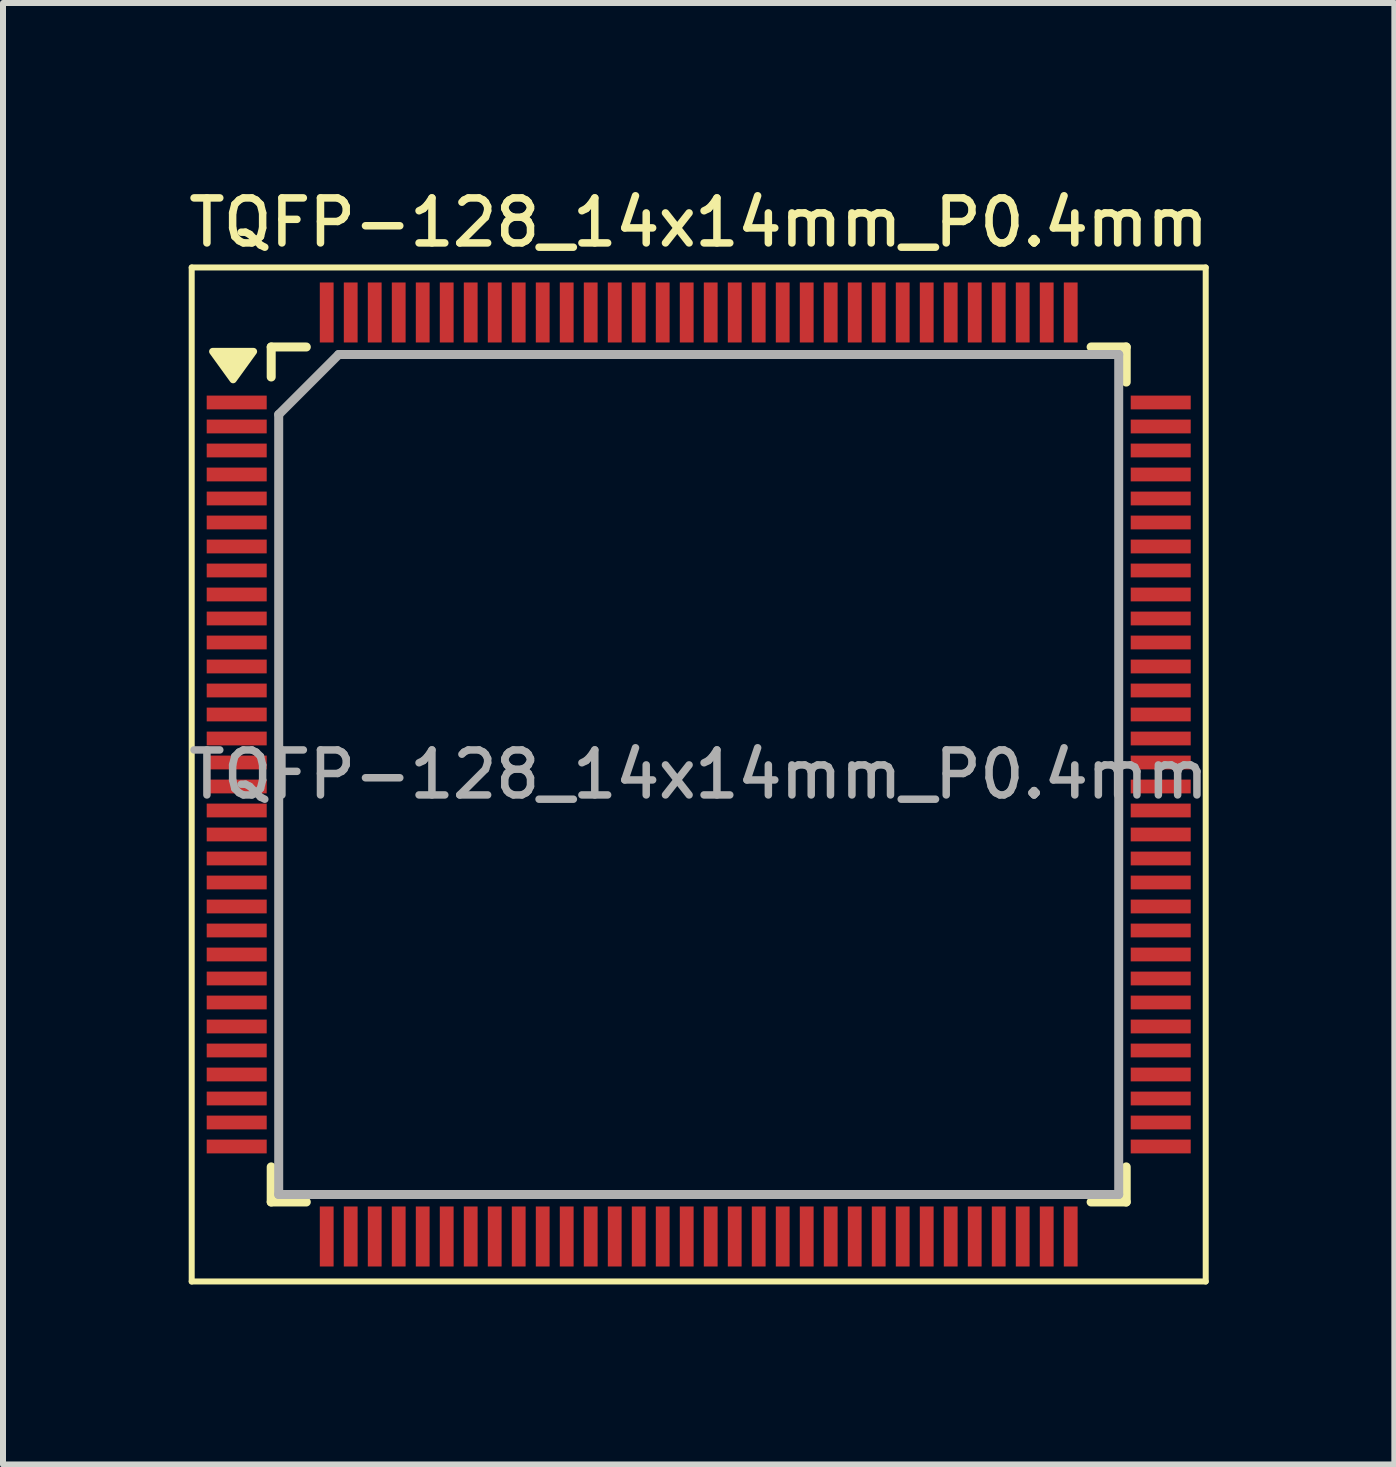
<source format=kicad_pcb>
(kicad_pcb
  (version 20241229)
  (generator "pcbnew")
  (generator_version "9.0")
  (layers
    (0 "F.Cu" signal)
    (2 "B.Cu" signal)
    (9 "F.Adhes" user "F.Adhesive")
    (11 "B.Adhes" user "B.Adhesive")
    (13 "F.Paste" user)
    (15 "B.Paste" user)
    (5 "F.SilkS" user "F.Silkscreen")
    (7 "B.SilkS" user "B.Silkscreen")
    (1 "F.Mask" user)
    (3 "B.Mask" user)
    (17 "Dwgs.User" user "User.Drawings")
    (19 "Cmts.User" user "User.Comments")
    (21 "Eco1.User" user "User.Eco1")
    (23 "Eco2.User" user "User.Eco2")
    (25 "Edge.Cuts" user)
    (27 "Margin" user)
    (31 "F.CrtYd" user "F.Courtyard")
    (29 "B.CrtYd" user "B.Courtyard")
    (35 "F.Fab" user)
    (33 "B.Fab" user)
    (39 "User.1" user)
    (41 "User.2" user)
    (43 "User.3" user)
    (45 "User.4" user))
  (footprint "TQFP-128_14x14mm_P0.4mm"
    (layer "F.Cu")
    (at 8.595 9.858)
    (property "Reference" "TQFP-128_14x14mm_P0.4mm" (at 0 -9.2 0) (layer "F.SilkS") (effects (font (size 0.75 0.75) (thickness 0.125))))
    (attr smd)
    (fp_line (start -8.45 -8.45) (end -8.45 8.45) (stroke (width 0.1) (type solid)) (layer "F.SilkS"))
    (fp_line (start -8.45 -8.45) (end 8.45 -8.45) (stroke (width 0.1) (type solid)) (layer "F.SilkS"))
    (fp_line (start -8.45 8.45) (end 8.45 8.45) (stroke (width 0.1) (type solid)) (layer "F.SilkS"))
    (fp_line (start -7.125 -7.125) (end -7.125 -6.625) (stroke (width 0.15) (type solid)) (layer "F.SilkS"))
    (fp_line (start -7.125 -7.125) (end -6.54 -7.125) (stroke (width 0.15) (type solid)) (layer "F.SilkS"))
    (fp_line (start -7.125 7.125) (end -7.125 6.54) (stroke (width 0.15) (type solid)) (layer "F.SilkS"))
    (fp_line (start -7.125 7.125) (end -6.54 7.125) (stroke (width 0.15) (type solid)) (layer "F.SilkS"))
    (fp_line (start 7.125 -7.125) (end 6.54 -7.125) (stroke (width 0.15) (type solid)) (layer "F.SilkS"))
    (fp_line (start 7.125 -7.125) (end 7.125 -6.54) (stroke (width 0.15) (type solid)) (layer "F.SilkS"))
    (fp_line (start 7.125 7.125) (end 6.54 7.125) (stroke (width 0.15) (type solid)) (layer "F.SilkS"))
    (fp_line (start 7.125 7.125) (end 7.125 6.54) (stroke (width 0.15) (type solid)) (layer "F.SilkS"))
    (fp_line (start 8.45 -8.45) (end 8.45 8.45) (stroke (width 0.1) (type solid)) (layer "F.SilkS"))
    (fp_poly (pts (xy -7.76 -6.58) (xy -8.1 -7.05) (xy -7.42 -7.05) (xy -7.76 -6.58)) (stroke (width 0.12) (type solid)) (fill yes) (layer "F.SilkS"))
    (fp_line (start -7 -6) (end -6 -7) (stroke (width 0.15) (type solid)) (layer "F.Fab"))
    (fp_line (start -7 7) (end -7 -6) (stroke (width 0.15) (type solid)) (layer "F.Fab"))
    (fp_line (start -6 -7) (end 7 -7) (stroke (width 0.15) (type solid)) (layer "F.Fab"))
    (fp_line (start 7 -7) (end 7 7) (stroke (width 0.15) (type solid)) (layer "F.Fab"))
    (fp_line (start 7 7) (end -7 7) (stroke (width 0.15) (type solid)) (layer "F.Fab"))
    (fp_text user "${REFERENCE}" (at 0 0 0) (layer "F.Fab") (effects (font (size 0.75 0.75) (thickness 0.125))))
    (pad "1" smd rect (at -7.7 -6.2) (size 1 0.23) (layers "F.Cu" "F.Mask" "F.Paste"))
    (pad "2" smd rect (at -7.7 -5.8) (size 1 0.23) (layers "F.Cu" "F.Mask" "F.Paste"))
    (pad "3" smd rect (at -7.7 -5.4) (size 1 0.23) (layers "F.Cu" "F.Mask" "F.Paste"))
    (pad "4" smd rect (at -7.7 -5) (size 1 0.23) (layers "F.Cu" "F.Mask" "F.Paste"))
    (pad "5" smd rect (at -7.7 -4.6) (size 1 0.23) (layers "F.Cu" "F.Mask" "F.Paste"))
    (pad "6" smd rect (at -7.7 -4.2) (size 1 0.23) (layers "F.Cu" "F.Mask" "F.Paste"))
    (pad "7" smd rect (at -7.7 -3.8) (size 1 0.23) (layers "F.Cu" "F.Mask" "F.Paste"))
    (pad "8" smd rect (at -7.7 -3.4) (size 1 0.23) (layers "F.Cu" "F.Mask" "F.Paste"))
    (pad "9" smd rect (at -7.7 -3) (size 1 0.23) (layers "F.Cu" "F.Mask" "F.Paste"))
    (pad "10" smd rect (at -7.7 -2.6) (size 1 0.23) (layers "F.Cu" "F.Mask" "F.Paste"))
    (pad "11" smd rect (at -7.7 -2.2) (size 1 0.23) (layers "F.Cu" "F.Mask" "F.Paste"))
    (pad "12" smd rect (at -7.7 -1.8) (size 1 0.23) (layers "F.Cu" "F.Mask" "F.Paste"))
    (pad "13" smd rect (at -7.7 -1.4) (size 1 0.23) (layers "F.Cu" "F.Mask" "F.Paste"))
    (pad "14" smd rect (at -7.7 -1) (size 1 0.23) (layers "F.Cu" "F.Mask" "F.Paste"))
    (pad "15" smd rect (at -7.7 -0.6) (size 1 0.23) (layers "F.Cu" "F.Mask" "F.Paste"))
    (pad "16" smd rect (at -7.7 -0.2) (size 1 0.23) (layers "F.Cu" "F.Mask" "F.Paste"))
    (pad "17" smd rect (at -7.7 0.2) (size 1 0.23) (layers "F.Cu" "F.Mask" "F.Paste"))
    (pad "18" smd rect (at -7.7 0.6) (size 1 0.23) (layers "F.Cu" "F.Mask" "F.Paste"))
    (pad "19" smd rect (at -7.7 1) (size 1 0.23) (layers "F.Cu" "F.Mask" "F.Paste"))
    (pad "20" smd rect (at -7.7 1.4) (size 1 0.23) (layers "F.Cu" "F.Mask" "F.Paste"))
    (pad "21" smd rect (at -7.7 1.8) (size 1 0.23) (layers "F.Cu" "F.Mask" "F.Paste"))
    (pad "22" smd rect (at -7.7 2.2) (size 1 0.23) (layers "F.Cu" "F.Mask" "F.Paste"))
    (pad "23" smd rect (at -7.7 2.6) (size 1 0.23) (layers "F.Cu" "F.Mask" "F.Paste"))
    (pad "24" smd rect (at -7.7 3) (size 1 0.23) (layers "F.Cu" "F.Mask" "F.Paste"))
    (pad "25" smd rect (at -7.7 3.4) (size 1 0.23) (layers "F.Cu" "F.Mask" "F.Paste"))
    (pad "26" smd rect (at -7.7 3.8) (size 1 0.23) (layers "F.Cu" "F.Mask" "F.Paste"))
    (pad "27" smd rect (at -7.7 4.2) (size 1 0.23) (layers "F.Cu" "F.Mask" "F.Paste"))
    (pad "28" smd rect (at -7.7 4.6) (size 1 0.23) (layers "F.Cu" "F.Mask" "F.Paste"))
    (pad "29" smd rect (at -7.7 5) (size 1 0.23) (layers "F.Cu" "F.Mask" "F.Paste"))
    (pad "30" smd rect (at -7.7 5.4) (size 1 0.23) (layers "F.Cu" "F.Mask" "F.Paste"))
    (pad "31" smd rect (at -7.7 5.8) (size 1 0.23) (layers "F.Cu" "F.Mask" "F.Paste"))
    (pad "32" smd rect (at -7.7 6.2) (size 1 0.23) (layers "F.Cu" "F.Mask" "F.Paste"))
    (pad "33" smd rect (at -6.2 7.7 90) (size 1 0.23) (layers "F.Cu" "F.Mask" "F.Paste"))
    (pad "34" smd rect (at -5.8 7.7 90) (size 1 0.23) (layers "F.Cu" "F.Mask" "F.Paste"))
    (pad "35" smd rect (at -5.4 7.7 90) (size 1 0.23) (layers "F.Cu" "F.Mask" "F.Paste"))
    (pad "36" smd rect (at -5 7.7 90) (size 1 0.23) (layers "F.Cu" "F.Mask" "F.Paste"))
    (pad "37" smd rect (at -4.6 7.7 90) (size 1 0.23) (layers "F.Cu" "F.Mask" "F.Paste"))
    (pad "38" smd rect (at -4.2 7.7 90) (size 1 0.23) (layers "F.Cu" "F.Mask" "F.Paste"))
    (pad "39" smd rect (at -3.8 7.7 90) (size 1 0.23) (layers "F.Cu" "F.Mask" "F.Paste"))
    (pad "40" smd rect (at -3.4 7.7 90) (size 1 0.23) (layers "F.Cu" "F.Mask" "F.Paste"))
    (pad "41" smd rect (at -3 7.7 90) (size 1 0.23) (layers "F.Cu" "F.Mask" "F.Paste"))
    (pad "42" smd rect (at -2.6 7.7 90) (size 1 0.23) (layers "F.Cu" "F.Mask" "F.Paste"))
    (pad "43" smd rect (at -2.2 7.7 90) (size 1 0.23) (layers "F.Cu" "F.Mask" "F.Paste"))
    (pad "44" smd rect (at -1.8 7.7 90) (size 1 0.23) (layers "F.Cu" "F.Mask" "F.Paste"))
    (pad "45" smd rect (at -1.4 7.7 90) (size 1 0.23) (layers "F.Cu" "F.Mask" "F.Paste"))
    (pad "46" smd rect (at -1 7.7 90) (size 1 0.23) (layers "F.Cu" "F.Mask" "F.Paste"))
    (pad "47" smd rect (at -0.6 7.7 90) (size 1 0.23) (layers "F.Cu" "F.Mask" "F.Paste"))
    (pad "48" smd rect (at -0.2 7.7 90) (size 1 0.23) (layers "F.Cu" "F.Mask" "F.Paste"))
    (pad "49" smd rect (at 0.2 7.7 90) (size 1 0.23) (layers "F.Cu" "F.Mask" "F.Paste"))
    (pad "50" smd rect (at 0.6 7.7 90) (size 1 0.23) (layers "F.Cu" "F.Mask" "F.Paste"))
    (pad "51" smd rect (at 1 7.7 90) (size 1 0.23) (layers "F.Cu" "F.Mask" "F.Paste"))
    (pad "52" smd rect (at 1.4 7.7 90) (size 1 0.23) (layers "F.Cu" "F.Mask" "F.Paste"))
    (pad "53" smd rect (at 1.8 7.7 90) (size 1 0.23) (layers "F.Cu" "F.Mask" "F.Paste"))
    (pad "54" smd rect (at 2.2 7.7 90) (size 1 0.23) (layers "F.Cu" "F.Mask" "F.Paste"))
    (pad "55" smd rect (at 2.6 7.7 90) (size 1 0.23) (layers "F.Cu" "F.Mask" "F.Paste"))
    (pad "56" smd rect (at 3 7.7 90) (size 1 0.23) (layers "F.Cu" "F.Mask" "F.Paste"))
    (pad "57" smd rect (at 3.4 7.7 90) (size 1 0.23) (layers "F.Cu" "F.Mask" "F.Paste"))
    (pad "58" smd rect (at 3.8 7.7 90) (size 1 0.23) (layers "F.Cu" "F.Mask" "F.Paste"))
    (pad "59" smd rect (at 4.2 7.7 90) (size 1 0.23) (layers "F.Cu" "F.Mask" "F.Paste"))
    (pad "60" smd rect (at 4.6 7.7 90) (size 1 0.23) (layers "F.Cu" "F.Mask" "F.Paste"))
    (pad "61" smd rect (at 5 7.7 90) (size 1 0.23) (layers "F.Cu" "F.Mask" "F.Paste"))
    (pad "62" smd rect (at 5.4 7.7 90) (size 1 0.23) (layers "F.Cu" "F.Mask" "F.Paste"))
    (pad "63" smd rect (at 5.8 7.7 90) (size 1 0.23) (layers "F.Cu" "F.Mask" "F.Paste"))
    (pad "64" smd rect (at 6.2 7.7 90) (size 1 0.23) (layers "F.Cu" "F.Mask" "F.Paste"))
    (pad "65" smd rect (at 7.7 6.2) (size 1 0.23) (layers "F.Cu" "F.Mask" "F.Paste"))
    (pad "66" smd rect (at 7.7 5.8) (size 1 0.23) (layers "F.Cu" "F.Mask" "F.Paste"))
    (pad "67" smd rect (at 7.7 5.4) (size 1 0.23) (layers "F.Cu" "F.Mask" "F.Paste"))
    (pad "68" smd rect (at 7.7 5) (size 1 0.23) (layers "F.Cu" "F.Mask" "F.Paste"))
    (pad "69" smd rect (at 7.7 4.6) (size 1 0.23) (layers "F.Cu" "F.Mask" "F.Paste"))
    (pad "70" smd rect (at 7.7 4.2) (size 1 0.23) (layers "F.Cu" "F.Mask" "F.Paste"))
    (pad "71" smd rect (at 7.7 3.8) (size 1 0.23) (layers "F.Cu" "F.Mask" "F.Paste"))
    (pad "72" smd rect (at 7.7 3.4) (size 1 0.23) (layers "F.Cu" "F.Mask" "F.Paste"))
    (pad "73" smd rect (at 7.7 3) (size 1 0.23) (layers "F.Cu" "F.Mask" "F.Paste"))
    (pad "74" smd rect (at 7.7 2.6) (size 1 0.23) (layers "F.Cu" "F.Mask" "F.Paste"))
    (pad "75" smd rect (at 7.7 2.2) (size 1 0.23) (layers "F.Cu" "F.Mask" "F.Paste"))
    (pad "76" smd rect (at 7.7 1.8) (size 1 0.23) (layers "F.Cu" "F.Mask" "F.Paste"))
    (pad "77" smd rect (at 7.7 1.4) (size 1 0.23) (layers "F.Cu" "F.Mask" "F.Paste"))
    (pad "78" smd rect (at 7.7 1) (size 1 0.23) (layers "F.Cu" "F.Mask" "F.Paste"))
    (pad "79" smd rect (at 7.7 0.6) (size 1 0.23) (layers "F.Cu" "F.Mask" "F.Paste"))
    (pad "80" smd rect (at 7.7 0.2) (size 1 0.23) (layers "F.Cu" "F.Mask" "F.Paste"))
    (pad "81" smd rect (at 7.7 -0.2) (size 1 0.23) (layers "F.Cu" "F.Mask" "F.Paste"))
    (pad "82" smd rect (at 7.7 -0.6) (size 1 0.23) (layers "F.Cu" "F.Mask" "F.Paste"))
    (pad "83" smd rect (at 7.7 -1) (size 1 0.23) (layers "F.Cu" "F.Mask" "F.Paste"))
    (pad "84" smd rect (at 7.7 -1.4) (size 1 0.23) (layers "F.Cu" "F.Mask" "F.Paste"))
    (pad "85" smd rect (at 7.7 -1.8) (size 1 0.23) (layers "F.Cu" "F.Mask" "F.Paste"))
    (pad "86" smd rect (at 7.7 -2.2) (size 1 0.23) (layers "F.Cu" "F.Mask" "F.Paste"))
    (pad "87" smd rect (at 7.7 -2.6) (size 1 0.23) (layers "F.Cu" "F.Mask" "F.Paste"))
    (pad "88" smd rect (at 7.7 -3) (size 1 0.23) (layers "F.Cu" "F.Mask" "F.Paste"))
    (pad "89" smd rect (at 7.7 -3.4) (size 1 0.23) (layers "F.Cu" "F.Mask" "F.Paste"))
    (pad "90" smd rect (at 7.7 -3.8) (size 1 0.23) (layers "F.Cu" "F.Mask" "F.Paste"))
    (pad "91" smd rect (at 7.7 -4.2) (size 1 0.23) (layers "F.Cu" "F.Mask" "F.Paste"))
    (pad "92" smd rect (at 7.7 -4.6) (size 1 0.23) (layers "F.Cu" "F.Mask" "F.Paste"))
    (pad "93" smd rect (at 7.7 -5) (size 1 0.23) (layers "F.Cu" "F.Mask" "F.Paste"))
    (pad "94" smd rect (at 7.7 -5.4) (size 1 0.23) (layers "F.Cu" "F.Mask" "F.Paste"))
    (pad "95" smd rect (at 7.7 -5.8) (size 1 0.23) (layers "F.Cu" "F.Mask" "F.Paste"))
    (pad "96" smd rect (at 7.7 -6.2) (size 1 0.23) (layers "F.Cu" "F.Mask" "F.Paste"))
    (pad "97" smd rect (at 6.2 -7.7 90) (size 1 0.23) (layers "F.Cu" "F.Mask" "F.Paste"))
    (pad "98" smd rect (at 5.8 -7.7 90) (size 1 0.23) (layers "F.Cu" "F.Mask" "F.Paste"))
    (pad "99" smd rect (at 5.4 -7.7 90) (size 1 0.23) (layers "F.Cu" "F.Mask" "F.Paste"))
    (pad "100" smd rect (at 5 -7.7 90) (size 1 0.23) (layers "F.Cu" "F.Mask" "F.Paste"))
    (pad "101" smd rect (at 4.6 -7.7 90) (size 1 0.23) (layers "F.Cu" "F.Mask" "F.Paste"))
    (pad "102" smd rect (at 4.2 -7.7 90) (size 1 0.23) (layers "F.Cu" "F.Mask" "F.Paste"))
    (pad "103" smd rect (at 3.8 -7.7 90) (size 1 0.23) (layers "F.Cu" "F.Mask" "F.Paste"))
    (pad "104" smd rect (at 3.4 -7.7 90) (size 1 0.23) (layers "F.Cu" "F.Mask" "F.Paste"))
    (pad "105" smd rect (at 3 -7.7 90) (size 1 0.23) (layers "F.Cu" "F.Mask" "F.Paste"))
    (pad "106" smd rect (at 2.6 -7.7 90) (size 1 0.23) (layers "F.Cu" "F.Mask" "F.Paste"))
    (pad "107" smd rect (at 2.2 -7.7 90) (size 1 0.23) (layers "F.Cu" "F.Mask" "F.Paste"))
    (pad "108" smd rect (at 1.8 -7.7 90) (size 1 0.23) (layers "F.Cu" "F.Mask" "F.Paste"))
    (pad "109" smd rect (at 1.4 -7.7 90) (size 1 0.23) (layers "F.Cu" "F.Mask" "F.Paste"))
    (pad "110" smd rect (at 1 -7.7 90) (size 1 0.23) (layers "F.Cu" "F.Mask" "F.Paste"))
    (pad "111" smd rect (at 0.6 -7.7 90) (size 1 0.23) (layers "F.Cu" "F.Mask" "F.Paste"))
    (pad "112" smd rect (at 0.2 -7.7 90) (size 1 0.23) (layers "F.Cu" "F.Mask" "F.Paste"))
    (pad "113" smd rect (at -0.2 -7.7 90) (size 1 0.23) (layers "F.Cu" "F.Mask" "F.Paste"))
    (pad "114" smd rect (at -0.6 -7.7 90) (size 1 0.23) (layers "F.Cu" "F.Mask" "F.Paste"))
    (pad "115" smd rect (at -1 -7.7 90) (size 1 0.23) (layers "F.Cu" "F.Mask" "F.Paste"))
    (pad "116" smd rect (at -1.4 -7.7 90) (size 1 0.23) (layers "F.Cu" "F.Mask" "F.Paste"))
    (pad "117" smd rect (at -1.8 -7.7 90) (size 1 0.23) (layers "F.Cu" "F.Mask" "F.Paste"))
    (pad "118" smd rect (at -2.2 -7.7 90) (size 1 0.23) (layers "F.Cu" "F.Mask" "F.Paste"))
    (pad "119" smd rect (at -2.6 -7.7 90) (size 1 0.23) (layers "F.Cu" "F.Mask" "F.Paste"))
    (pad "120" smd rect (at -3 -7.7 90) (size 1 0.23) (layers "F.Cu" "F.Mask" "F.Paste"))
    (pad "121" smd rect (at -3.4 -7.7 90) (size 1 0.23) (layers "F.Cu" "F.Mask" "F.Paste"))
    (pad "122" smd rect (at -3.8 -7.7 90) (size 1 0.23) (layers "F.Cu" "F.Mask" "F.Paste"))
    (pad "123" smd rect (at -4.2 -7.7 90) (size 1 0.23) (layers "F.Cu" "F.Mask" "F.Paste"))
    (pad "124" smd rect (at -4.6 -7.7 90) (size 1 0.23) (layers "F.Cu" "F.Mask" "F.Paste"))
    (pad "125" smd rect (at -5 -7.7 90) (size 1 0.23) (layers "F.Cu" "F.Mask" "F.Paste"))
    (pad "126" smd rect (at -5.4 -7.7 90) (size 1 0.23) (layers "F.Cu" "F.Mask" "F.Paste"))
    (pad "127" smd rect (at -5.8 -7.7 90) (size 1 0.23) (layers "F.Cu" "F.Mask" "F.Paste"))
    (pad "128" smd rect (at -6.2 -7.7 90) (size 1 0.23) (layers "F.Cu" "F.Mask" "F.Paste")))
  (gr_rect
    (start -3 -3)
    (end 20.189 21.358)
    (stroke (width 0.1) (type default))
    (fill no)
    (layer "Edge.Cuts")))
</source>
